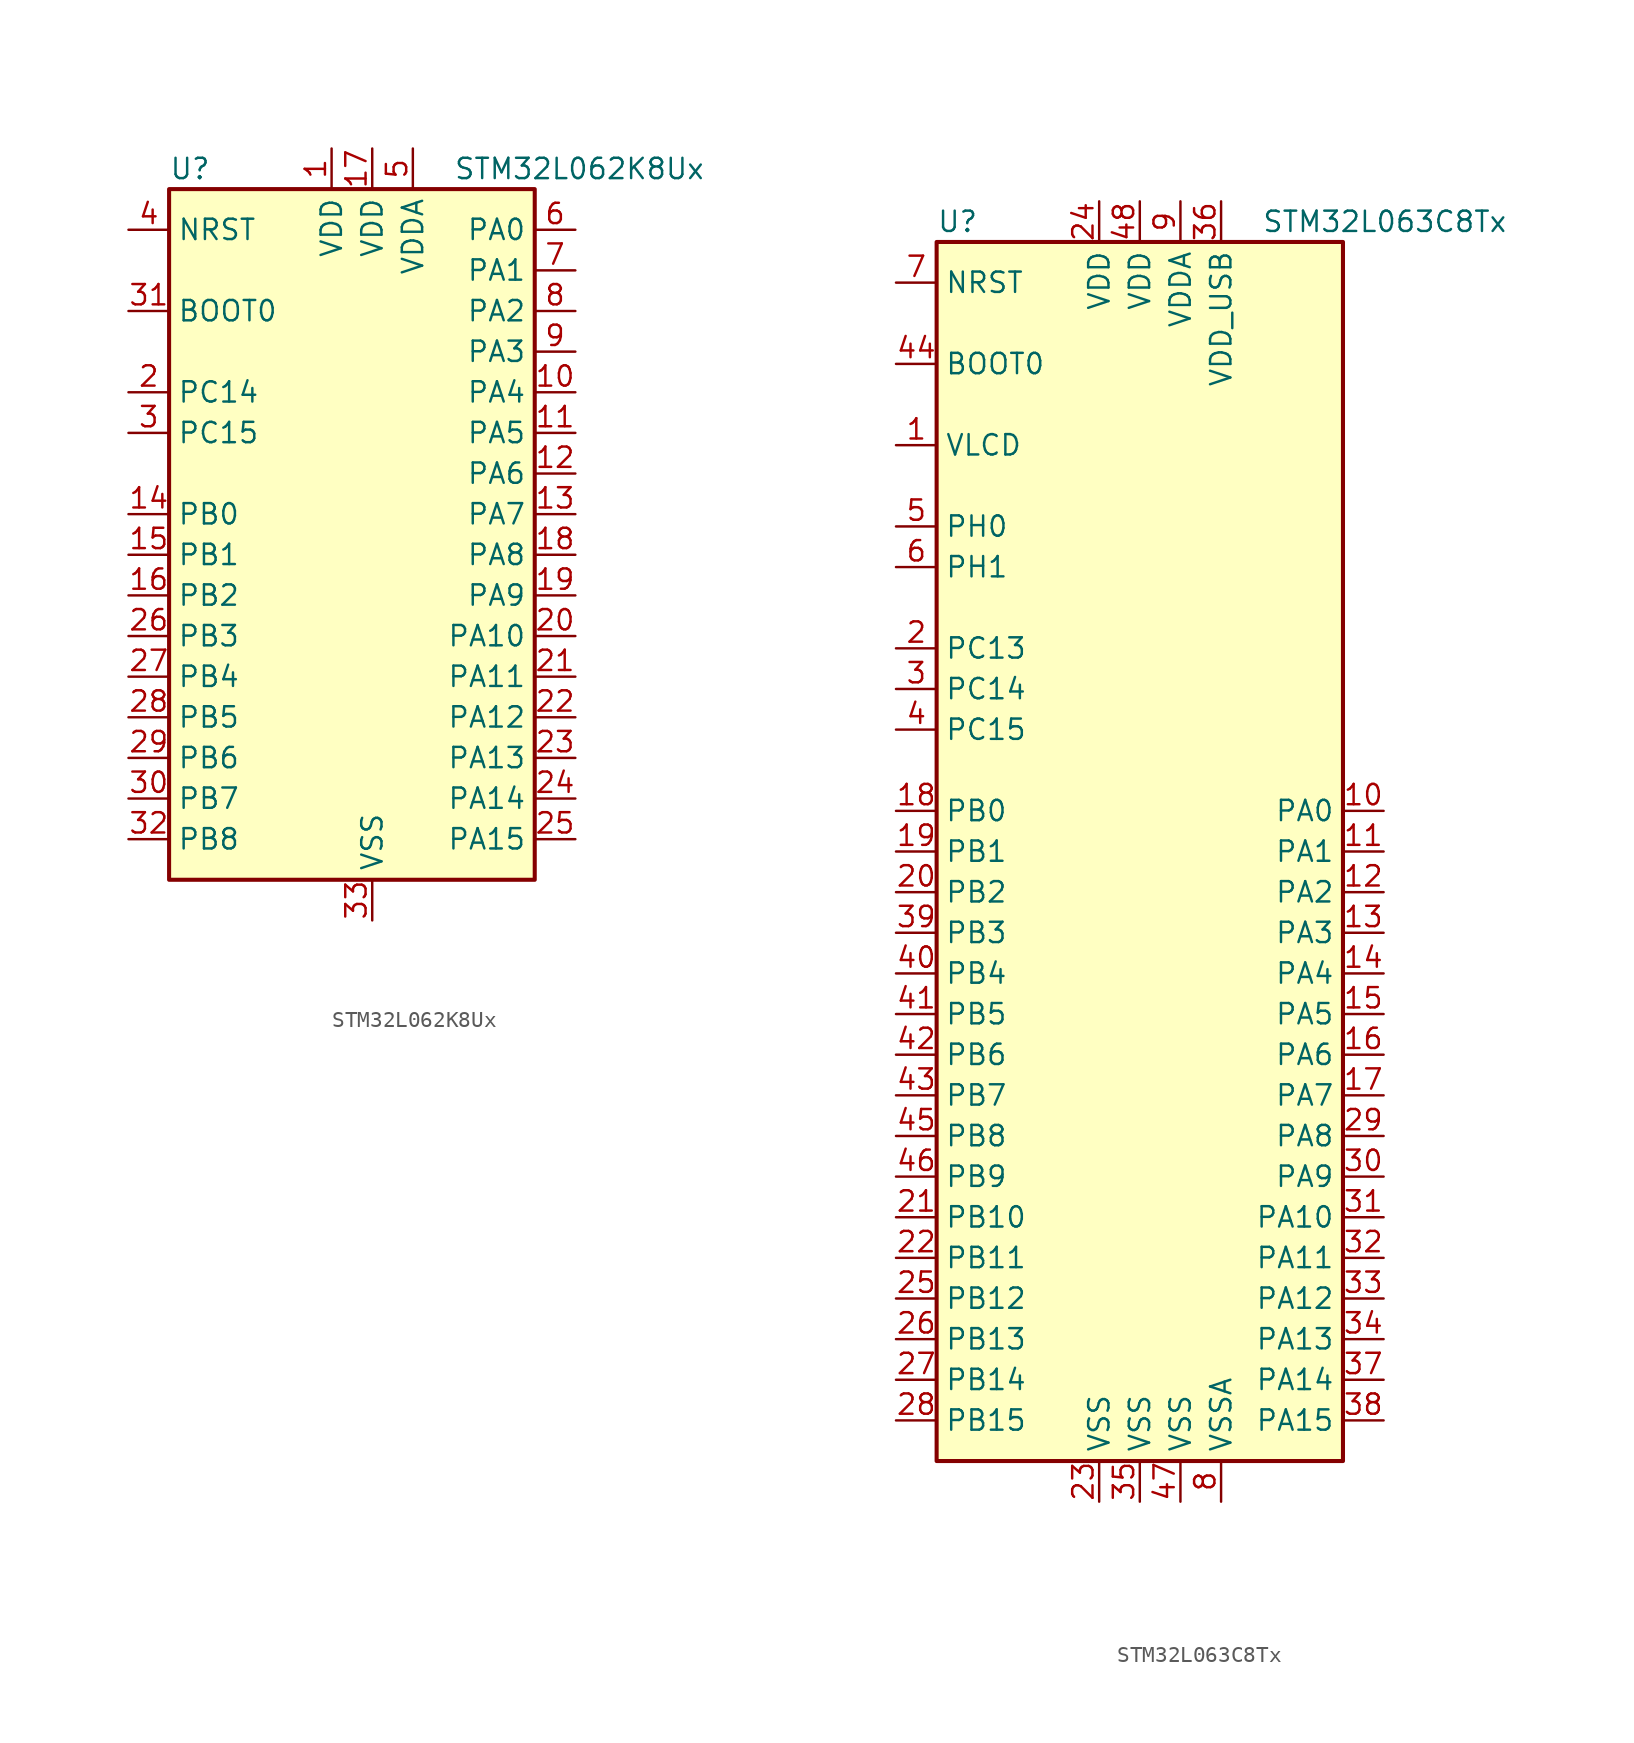
<source format=kicad_sym>
(kicad_symbol_lib
  (version 20201005)
  (generator kicad_symbol_editor)
  (symbol "MCU_ST_STM32L0:STM32L062K8Ux"
    (property "Reference" "U"
      (at -12.7 21.59 0)
      (effects (font (size 1.27 1.27)) (justify left)))
    (property "Value" "STM32L062K8Ux"
      (at 5.08 21.59 0)
      (effects (font (size 1.27 1.27)) (justify left)))
    (symbol "STM32L062K8Ux_0_1"
      (rectangle (start -12.7 -22.86) (end 10.16 20.32) (stroke (width 0.254)) (fill (type background))))
    (symbol "STM32L062K8Ux_1_1"
      (pin input line (at -15.24 12.7 0) (length 2.54) (name "BOOT0" (effects (font (size 1.27 1.27)))) (number "31" (effects (font (size 1.27 1.27)))))
      (pin input line (at -15.24 17.78 0) (length 2.54) (name "NRST" (effects (font (size 1.27 1.27)))) (number "4" (effects (font (size 1.27 1.27)))))
      (pin bidirectional line (at 12.7 17.78 180) (length 2.54) (name "PA0" (effects (font (size 1.27 1.27)))) (number "6" (effects (font (size 1.27 1.27)))))
      (pin bidirectional line (at 12.7 15.24 180) (length 2.54) (name "PA1" (effects (font (size 1.27 1.27)))) (number "7" (effects (font (size 1.27 1.27)))))
      (pin bidirectional line (at 12.7 -7.62 180) (length 2.54) (name "PA10" (effects (font (size 1.27 1.27)))) (number "20" (effects (font (size 1.27 1.27)))))
      (pin bidirectional line (at 12.7 -10.16 180) (length 2.54) (name "PA11" (effects (font (size 1.27 1.27)))) (number "21" (effects (font (size 1.27 1.27)))))
      (pin bidirectional line (at 12.7 -12.7 180) (length 2.54) (name "PA12" (effects (font (size 1.27 1.27)))) (number "22" (effects (font (size 1.27 1.27)))))
      (pin bidirectional line (at 12.7 -15.24 180) (length 2.54) (name "PA13" (effects (font (size 1.27 1.27)))) (number "23" (effects (font (size 1.27 1.27)))))
      (pin bidirectional line (at 12.7 -17.78 180) (length 2.54) (name "PA14" (effects (font (size 1.27 1.27)))) (number "24" (effects (font (size 1.27 1.27)))))
      (pin bidirectional line (at 12.7 -20.32 180) (length 2.54) (name "PA15" (effects (font (size 1.27 1.27)))) (number "25" (effects (font (size 1.27 1.27)))))
      (pin bidirectional line (at 12.7 12.7 180) (length 2.54) (name "PA2" (effects (font (size 1.27 1.27)))) (number "8" (effects (font (size 1.27 1.27)))))
      (pin bidirectional line (at 12.7 10.16 180) (length 2.54) (name "PA3" (effects (font (size 1.27 1.27)))) (number "9" (effects (font (size 1.27 1.27)))))
      (pin bidirectional line (at 12.7 7.62 180) (length 2.54) (name "PA4" (effects (font (size 1.27 1.27)))) (number "10" (effects (font (size 1.27 1.27)))))
      (pin bidirectional line (at 12.7 5.08 180) (length 2.54) (name "PA5" (effects (font (size 1.27 1.27)))) (number "11" (effects (font (size 1.27 1.27)))))
      (pin bidirectional line (at 12.7 2.54 180) (length 2.54) (name "PA6" (effects (font (size 1.27 1.27)))) (number "12" (effects (font (size 1.27 1.27)))))
      (pin bidirectional line (at 12.7 0 180) (length 2.54) (name "PA7" (effects (font (size 1.27 1.27)))) (number "13" (effects (font (size 1.27 1.27)))))
      (pin bidirectional line (at 12.7 -2.54 180) (length 2.54) (name "PA8" (effects (font (size 1.27 1.27)))) (number "18" (effects (font (size 1.27 1.27)))))
      (pin bidirectional line (at 12.7 -5.08 180) (length 2.54) (name "PA9" (effects (font (size 1.27 1.27)))) (number "19" (effects (font (size 1.27 1.27)))))
      (pin bidirectional line (at -15.24 0 0) (length 2.54) (name "PB0" (effects (font (size 1.27 1.27)))) (number "14" (effects (font (size 1.27 1.27)))))
      (pin bidirectional line (at -15.24 -2.54 0) (length 2.54) (name "PB1" (effects (font (size 1.27 1.27)))) (number "15" (effects (font (size 1.27 1.27)))))
      (pin bidirectional line (at -15.24 -5.08 0) (length 2.54) (name "PB2" (effects (font (size 1.27 1.27)))) (number "16" (effects (font (size 1.27 1.27)))))
      (pin bidirectional line (at -15.24 -7.62 0) (length 2.54) (name "PB3" (effects (font (size 1.27 1.27)))) (number "26" (effects (font (size 1.27 1.27)))))
      (pin bidirectional line (at -15.24 -10.16 0) (length 2.54) (name "PB4" (effects (font (size 1.27 1.27)))) (number "27" (effects (font (size 1.27 1.27)))))
      (pin bidirectional line (at -15.24 -12.7 0) (length 2.54) (name "PB5" (effects (font (size 1.27 1.27)))) (number "28" (effects (font (size 1.27 1.27)))))
      (pin bidirectional line (at -15.24 -15.24 0) (length 2.54) (name "PB6" (effects (font (size 1.27 1.27)))) (number "29" (effects (font (size 1.27 1.27)))))
      (pin bidirectional line (at -15.24 -17.78 0) (length 2.54) (name "PB7" (effects (font (size 1.27 1.27)))) (number "30" (effects (font (size 1.27 1.27)))))
      (pin bidirectional line (at -15.24 -20.32 0) (length 2.54) (name "PB8" (effects (font (size 1.27 1.27)))) (number "32" (effects (font (size 1.27 1.27)))))
      (pin bidirectional line (at -15.24 7.62 0) (length 2.54) (name "PC14" (effects (font (size 1.27 1.27)))) (number "2" (effects (font (size 1.27 1.27)))))
      (pin bidirectional line (at -15.24 5.08 0) (length 2.54) (name "PC15" (effects (font (size 1.27 1.27)))) (number "3" (effects (font (size 1.27 1.27)))))
      (pin power_in line (at -2.54 22.86 270) (length 2.54) (name "VDD" (effects (font (size 1.27 1.27)))) (number "1" (effects (font (size 1.27 1.27)))))
      (pin power_in line (at 0 22.86 270) (length 2.54) (name "VDD" (effects (font (size 1.27 1.27)))) (number "17" (effects (font (size 1.27 1.27)))))
      (pin power_in line (at 2.54 22.86 270) (length 2.54) (name "VDDA" (effects (font (size 1.27 1.27)))) (number "5" (effects (font (size 1.27 1.27)))))
      (pin power_in line (at 0 -25.4 90) (length 2.54) (name "VSS" (effects (font (size 1.27 1.27)))) (number "33" (effects (font (size 1.27 1.27)))))))
  (symbol "MCU_ST_STM32L0:STM32L063C8Tx"
    (property "Reference" "U"
      (at -12.7 39.37 0)
      (effects (font (size 1.27 1.27)) (justify left)))
    (property "Value" "STM32L063C8Tx"
      (at 7.62 39.37 0)
      (effects (font (size 1.27 1.27)) (justify left)))
    (symbol "STM32L063C8Tx_0_1"
      (rectangle (start -12.7 -38.1) (end 12.7 38.1) (stroke (width 0.254)) (fill (type background))))
    (symbol "STM32L063C8Tx_1_1"
      (pin input line (at -15.24 30.48 0) (length 2.54) (name "BOOT0" (effects (font (size 1.27 1.27)))) (number "44" (effects (font (size 1.27 1.27)))))
      (pin input line (at -15.24 35.56 0) (length 2.54) (name "NRST" (effects (font (size 1.27 1.27)))) (number "7" (effects (font (size 1.27 1.27)))))
      (pin bidirectional line (at 15.24 2.54 180) (length 2.54) (name "PA0" (effects (font (size 1.27 1.27)))) (number "10" (effects (font (size 1.27 1.27)))))
      (pin bidirectional line (at 15.24 0 180) (length 2.54) (name "PA1" (effects (font (size 1.27 1.27)))) (number "11" (effects (font (size 1.27 1.27)))))
      (pin bidirectional line (at 15.24 -22.86 180) (length 2.54) (name "PA10" (effects (font (size 1.27 1.27)))) (number "31" (effects (font (size 1.27 1.27)))))
      (pin bidirectional line (at 15.24 -25.4 180) (length 2.54) (name "PA11" (effects (font (size 1.27 1.27)))) (number "32" (effects (font (size 1.27 1.27)))))
      (pin bidirectional line (at 15.24 -27.94 180) (length 2.54) (name "PA12" (effects (font (size 1.27 1.27)))) (number "33" (effects (font (size 1.27 1.27)))))
      (pin bidirectional line (at 15.24 -30.48 180) (length 2.54) (name "PA13" (effects (font (size 1.27 1.27)))) (number "34" (effects (font (size 1.27 1.27)))))
      (pin bidirectional line (at 15.24 -33.02 180) (length 2.54) (name "PA14" (effects (font (size 1.27 1.27)))) (number "37" (effects (font (size 1.27 1.27)))))
      (pin bidirectional line (at 15.24 -35.56 180) (length 2.54) (name "PA15" (effects (font (size 1.27 1.27)))) (number "38" (effects (font (size 1.27 1.27)))))
      (pin bidirectional line (at 15.24 -2.54 180) (length 2.54) (name "PA2" (effects (font (size 1.27 1.27)))) (number "12" (effects (font (size 1.27 1.27)))))
      (pin bidirectional line (at 15.24 -5.08 180) (length 2.54) (name "PA3" (effects (font (size 1.27 1.27)))) (number "13" (effects (font (size 1.27 1.27)))))
      (pin bidirectional line (at 15.24 -7.62 180) (length 2.54) (name "PA4" (effects (font (size 1.27 1.27)))) (number "14" (effects (font (size 1.27 1.27)))))
      (pin bidirectional line (at 15.24 -10.16 180) (length 2.54) (name "PA5" (effects (font (size 1.27 1.27)))) (number "15" (effects (font (size 1.27 1.27)))))
      (pin bidirectional line (at 15.24 -12.7 180) (length 2.54) (name "PA6" (effects (font (size 1.27 1.27)))) (number "16" (effects (font (size 1.27 1.27)))))
      (pin bidirectional line (at 15.24 -15.24 180) (length 2.54) (name "PA7" (effects (font (size 1.27 1.27)))) (number "17" (effects (font (size 1.27 1.27)))))
      (pin bidirectional line (at 15.24 -17.78 180) (length 2.54) (name "PA8" (effects (font (size 1.27 1.27)))) (number "29" (effects (font (size 1.27 1.27)))))
      (pin bidirectional line (at 15.24 -20.32 180) (length 2.54) (name "PA9" (effects (font (size 1.27 1.27)))) (number "30" (effects (font (size 1.27 1.27)))))
      (pin bidirectional line (at -15.24 2.54 0) (length 2.54) (name "PB0" (effects (font (size 1.27 1.27)))) (number "18" (effects (font (size 1.27 1.27)))))
      (pin bidirectional line (at -15.24 0 0) (length 2.54) (name "PB1" (effects (font (size 1.27 1.27)))) (number "19" (effects (font (size 1.27 1.27)))))
      (pin bidirectional line (at -15.24 -22.86 0) (length 2.54) (name "PB10" (effects (font (size 1.27 1.27)))) (number "21" (effects (font (size 1.27 1.27)))))
      (pin bidirectional line (at -15.24 -25.4 0) (length 2.54) (name "PB11" (effects (font (size 1.27 1.27)))) (number "22" (effects (font (size 1.27 1.27)))))
      (pin bidirectional line (at -15.24 -27.94 0) (length 2.54) (name "PB12" (effects (font (size 1.27 1.27)))) (number "25" (effects (font (size 1.27 1.27)))))
      (pin bidirectional line (at -15.24 -30.48 0) (length 2.54) (name "PB13" (effects (font (size 1.27 1.27)))) (number "26" (effects (font (size 1.27 1.27)))))
      (pin bidirectional line (at -15.24 -33.02 0) (length 2.54) (name "PB14" (effects (font (size 1.27 1.27)))) (number "27" (effects (font (size 1.27 1.27)))))
      (pin bidirectional line (at -15.24 -35.56 0) (length 2.54) (name "PB15" (effects (font (size 1.27 1.27)))) (number "28" (effects (font (size 1.27 1.27)))))
      (pin bidirectional line (at -15.24 -2.54 0) (length 2.54) (name "PB2" (effects (font (size 1.27 1.27)))) (number "20" (effects (font (size 1.27 1.27)))))
      (pin bidirectional line (at -15.24 -5.08 0) (length 2.54) (name "PB3" (effects (font (size 1.27 1.27)))) (number "39" (effects (font (size 1.27 1.27)))))
      (pin bidirectional line (at -15.24 -7.62 0) (length 2.54) (name "PB4" (effects (font (size 1.27 1.27)))) (number "40" (effects (font (size 1.27 1.27)))))
      (pin bidirectional line (at -15.24 -10.16 0) (length 2.54) (name "PB5" (effects (font (size 1.27 1.27)))) (number "41" (effects (font (size 1.27 1.27)))))
      (pin bidirectional line (at -15.24 -12.7 0) (length 2.54) (name "PB6" (effects (font (size 1.27 1.27)))) (number "42" (effects (font (size 1.27 1.27)))))
      (pin bidirectional line (at -15.24 -15.24 0) (length 2.54) (name "PB7" (effects (font (size 1.27 1.27)))) (number "43" (effects (font (size 1.27 1.27)))))
      (pin bidirectional line (at -15.24 -17.78 0) (length 2.54) (name "PB8" (effects (font (size 1.27 1.27)))) (number "45" (effects (font (size 1.27 1.27)))))
      (pin bidirectional line (at -15.24 -20.32 0) (length 2.54) (name "PB9" (effects (font (size 1.27 1.27)))) (number "46" (effects (font (size 1.27 1.27)))))
      (pin bidirectional line (at -15.24 12.7 0) (length 2.54) (name "PC13" (effects (font (size 1.27 1.27)))) (number "2" (effects (font (size 1.27 1.27)))))
      (pin bidirectional line (at -15.24 10.16 0) (length 2.54) (name "PC14" (effects (font (size 1.27 1.27)))) (number "3" (effects (font (size 1.27 1.27)))))
      (pin bidirectional line (at -15.24 7.62 0) (length 2.54) (name "PC15" (effects (font (size 1.27 1.27)))) (number "4" (effects (font (size 1.27 1.27)))))
      (pin input line (at -15.24 20.32 0) (length 2.54) (name "PH0" (effects (font (size 1.27 1.27)))) (number "5" (effects (font (size 1.27 1.27)))))
      (pin input line (at -15.24 17.78 0) (length 2.54) (name "PH1" (effects (font (size 1.27 1.27)))) (number "6" (effects (font (size 1.27 1.27)))))
      (pin power_in line (at -2.54 40.64 270) (length 2.54) (name "VDD" (effects (font (size 1.27 1.27)))) (number "24" (effects (font (size 1.27 1.27)))))
      (pin power_in line (at 0 40.64 270) (length 2.54) (name "VDD" (effects (font (size 1.27 1.27)))) (number "48" (effects (font (size 1.27 1.27)))))
      (pin power_in line (at 2.54 40.64 270) (length 2.54) (name "VDDA" (effects (font (size 1.27 1.27)))) (number "9" (effects (font (size 1.27 1.27)))))
      (pin power_in line (at 5.08 40.64 270) (length 2.54) (name "VDD_USB" (effects (font (size 1.27 1.27)))) (number "36" (effects (font (size 1.27 1.27)))))
      (pin power_in line (at -15.24 25.4 0) (length 2.54) (name "VLCD" (effects (font (size 1.27 1.27)))) (number "1" (effects (font (size 1.27 1.27)))))
      (pin power_in line (at -2.54 -40.64 90) (length 2.54) (name "VSS" (effects (font (size 1.27 1.27)))) (number "23" (effects (font (size 1.27 1.27)))))
      (pin power_in line (at 0 -40.64 90) (length 2.54) (name "VSS" (effects (font (size 1.27 1.27)))) (number "35" (effects (font (size 1.27 1.27)))))
      (pin power_in line (at 2.54 -40.64 90) (length 2.54) (name "VSS" (effects (font (size 1.27 1.27)))) (number "47" (effects (font (size 1.27 1.27)))))
      (pin power_in line (at 5.08 -40.64 90) (length 2.54) (name "VSSA" (effects (font (size 1.27 1.27)))) (number "8" (effects (font (size 1.27 1.27))))))))
</source>
